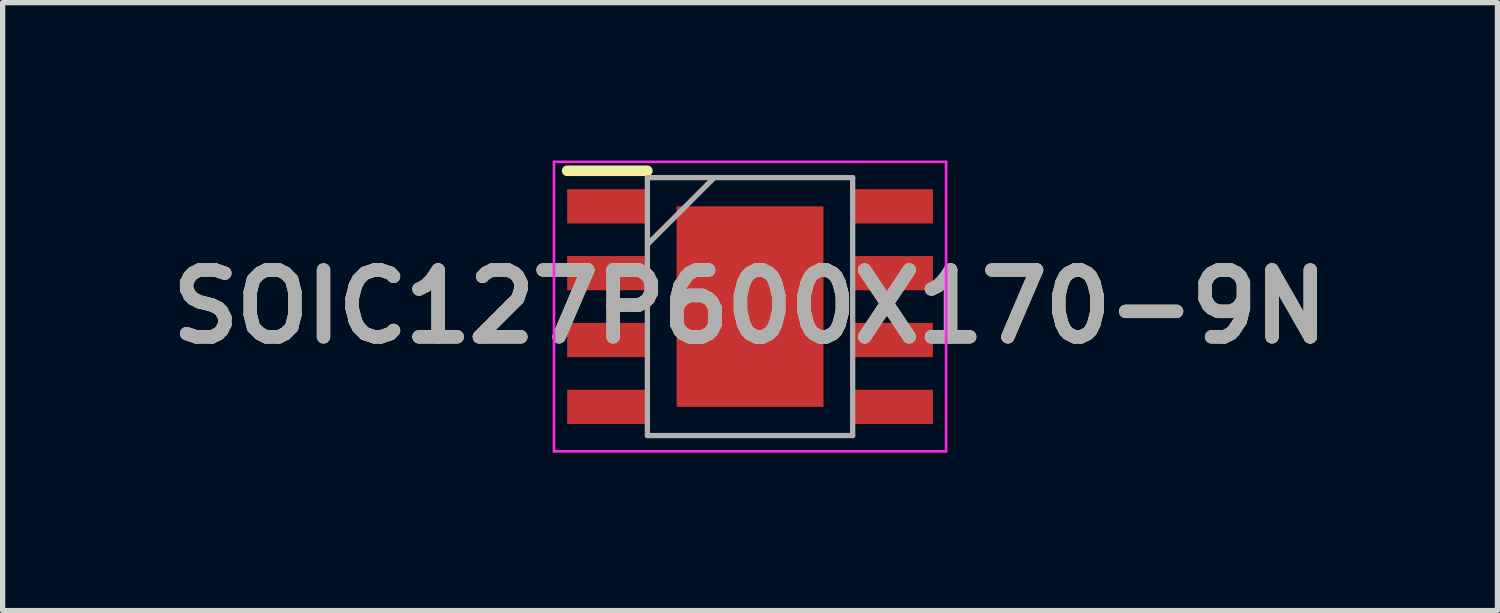
<source format=kicad_pcb>
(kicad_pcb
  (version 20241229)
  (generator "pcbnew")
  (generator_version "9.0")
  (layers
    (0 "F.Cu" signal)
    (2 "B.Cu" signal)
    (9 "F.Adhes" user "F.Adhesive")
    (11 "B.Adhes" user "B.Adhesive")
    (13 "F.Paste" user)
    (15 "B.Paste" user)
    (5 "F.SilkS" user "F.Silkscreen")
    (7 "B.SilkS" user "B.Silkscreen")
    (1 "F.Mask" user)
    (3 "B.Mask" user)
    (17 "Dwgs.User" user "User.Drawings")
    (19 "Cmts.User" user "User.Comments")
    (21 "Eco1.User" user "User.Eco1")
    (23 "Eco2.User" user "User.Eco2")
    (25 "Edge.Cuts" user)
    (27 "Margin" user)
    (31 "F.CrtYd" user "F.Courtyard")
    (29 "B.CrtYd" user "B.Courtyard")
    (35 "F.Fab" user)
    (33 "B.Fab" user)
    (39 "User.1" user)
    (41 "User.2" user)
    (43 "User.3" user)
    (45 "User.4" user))
  (footprint "SOIC127P600X170-9N"
    (layer "F.Cu")
    (at 11.2 2.775)
    (property "Reference" "SOIC127P600X170-9N" (at 0 0 0) (layer "F.SilkS") (effects (font (size 1.27 1.27) (thickness 0.254))))
    (attr smd)
    (fp_line (start -3.475 -2.58) (end -1.95 -2.58) (stroke (width 0.2) (type solid)) (layer "F.SilkS"))
    (fp_line (start -3.725 -2.75) (end 3.725 -2.75) (stroke (width 0.05) (type solid)) (layer "F.CrtYd"))
    (fp_line (start -3.725 2.75) (end -3.725 -2.75) (stroke (width 0.05) (type solid)) (layer "F.CrtYd"))
    (fp_line (start 3.725 -2.75) (end 3.725 2.75) (stroke (width 0.05) (type solid)) (layer "F.CrtYd"))
    (fp_line (start 3.725 2.75) (end -3.725 2.75) (stroke (width 0.05) (type solid)) (layer "F.CrtYd"))
    (fp_line (start -1.95 -2.45) (end 1.95 -2.45) (stroke (width 0.1) (type solid)) (layer "F.Fab"))
    (fp_line (start -1.95 -1.18) (end -0.68 -2.45) (stroke (width 0.1) (type solid)) (layer "F.Fab"))
    (fp_line (start -1.95 2.45) (end -1.95 -2.45) (stroke (width 0.1) (type solid)) (layer "F.Fab"))
    (fp_line (start 1.95 -2.45) (end 1.95 2.45) (stroke (width 0.1) (type solid)) (layer "F.Fab"))
    (fp_line (start 1.95 2.45) (end -1.95 2.45) (stroke (width 0.1) (type solid)) (layer "F.Fab"))
    (fp_text user "${REFERENCE}" (at 0 0 0) (layer "F.Fab") (effects (font (size 1.27 1.27) (thickness 0.254))))
    (pad "1" smd rect (at -2.712 -1.905 90) (size 0.65 1.525) (layers "F.Cu" "F.Mask" "F.Paste"))
    (pad "2" smd rect (at -2.712 -0.635 90) (size 0.65 1.525) (layers "F.Cu" "F.Mask" "F.Paste"))
    (pad "3" smd rect (at -2.712 0.635 90) (size 0.65 1.525) (layers "F.Cu" "F.Mask" "F.Paste"))
    (pad "4" smd rect (at -2.712 1.905 90) (size 0.65 1.525) (layers "F.Cu" "F.Mask" "F.Paste"))
    (pad "5" smd rect (at 2.712 1.905 90) (size 0.65 1.525) (layers "F.Cu" "F.Mask" "F.Paste"))
    (pad "6" smd rect (at 2.712 0.635 90) (size 0.65 1.525) (layers "F.Cu" "F.Mask" "F.Paste"))
    (pad "7" smd rect (at 2.712 -0.635 90) (size 0.65 1.525) (layers "F.Cu" "F.Mask" "F.Paste"))
    (pad "8" smd rect (at 2.712 -1.905 90) (size 0.65 1.525) (layers "F.Cu" "F.Mask" "F.Paste"))
    (pad "9" smd rect (at 0 0) (size 2.79 3.81) (layers "F.Cu" "F.Mask" "F.Paste")))
  (gr_rect
    (start -3 -3)
    (end 25.4 8.55)
    (stroke (width 0.1) (type default))
    (fill no)
    (layer "Edge.Cuts")))
</source>
